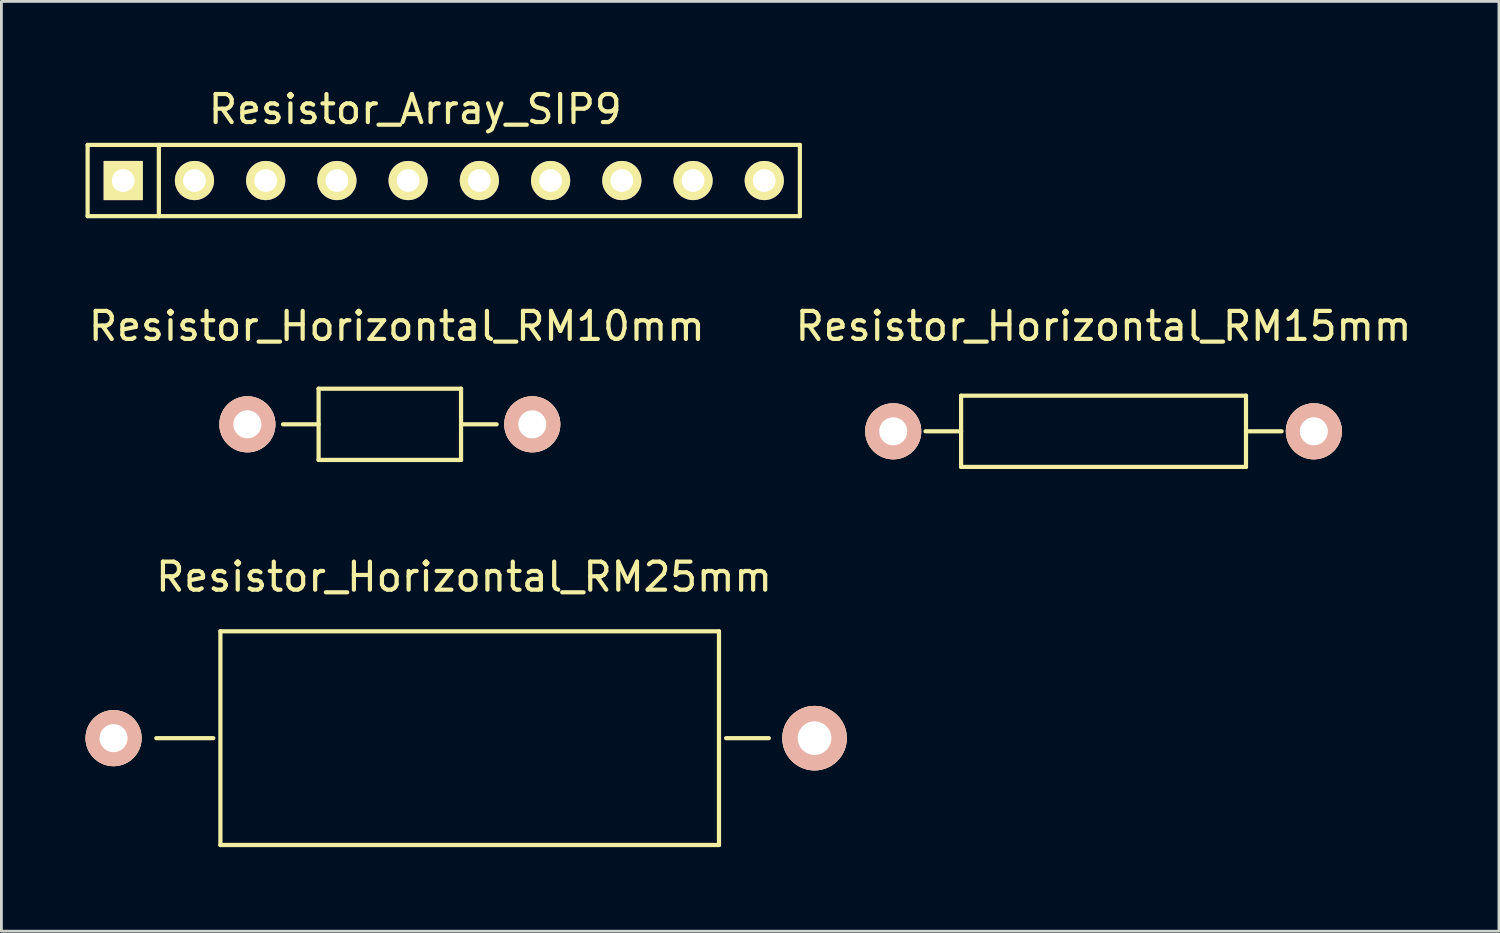
<source format=kicad_pcb>
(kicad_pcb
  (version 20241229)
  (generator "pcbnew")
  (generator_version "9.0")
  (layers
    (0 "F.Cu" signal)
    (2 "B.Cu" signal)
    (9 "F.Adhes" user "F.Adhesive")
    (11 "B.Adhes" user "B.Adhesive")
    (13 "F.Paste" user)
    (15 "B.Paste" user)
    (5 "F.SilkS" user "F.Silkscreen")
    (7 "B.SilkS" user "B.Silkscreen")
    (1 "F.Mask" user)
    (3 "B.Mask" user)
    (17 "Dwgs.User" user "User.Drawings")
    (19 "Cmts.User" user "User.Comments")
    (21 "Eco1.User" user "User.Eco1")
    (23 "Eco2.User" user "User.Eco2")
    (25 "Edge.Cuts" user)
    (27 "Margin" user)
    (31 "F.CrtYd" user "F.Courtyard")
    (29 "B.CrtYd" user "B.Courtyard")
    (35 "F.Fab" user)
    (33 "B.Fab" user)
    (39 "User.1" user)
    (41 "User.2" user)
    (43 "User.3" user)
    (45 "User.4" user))
  (footprint "Resistor_Array_SIP9"
    (layer "F.Cu")
    (at 12.775 3.388)
    (property "Reference" "Resistor_Array_SIP9" (at -1.016 -2.54 0) (layer "F.SilkS") (effects (font (size 1 1) (thickness 0.15))))
    (attr through_hole)
    (fp_line (start -12.7 -1.27) (end 12.7 -1.27) (stroke (width 0.15) (type solid)) (layer "F.SilkS"))
    (fp_line (start -12.7 1.27) (end -12.7 -1.27) (stroke (width 0.15) (type solid)) (layer "F.SilkS"))
    (fp_line (start -10.16 1.27) (end -10.16 -1.27) (stroke (width 0.15) (type solid)) (layer "F.SilkS"))
    (fp_line (start 12.7 -1.27) (end 12.7 1.27) (stroke (width 0.15) (type solid)) (layer "F.SilkS"))
    (fp_line (start 12.7 1.27) (end -12.7 1.27) (stroke (width 0.15) (type solid)) (layer "F.SilkS"))
    (pad "1" thru_hole rect (at -11.43 0) (size 1.397 1.397) (drill 0.813) (layers "*.Cu" "*.Mask" "F.SilkS"))
    (pad "2" thru_hole circle (at -8.89 0) (size 1.397 1.397) (drill 0.813) (layers "*.Cu" "*.Mask" "F.SilkS"))
    (pad "3" thru_hole circle (at -6.35 0) (size 1.397 1.397) (drill 0.813) (layers "*.Cu" "*.Mask" "F.SilkS"))
    (pad "4" thru_hole circle (at -3.81 0) (size 1.397 1.397) (drill 0.813) (layers "*.Cu" "*.Mask" "F.SilkS"))
    (pad "5" thru_hole circle (at -1.27 0) (size 1.397 1.397) (drill 0.813) (layers "*.Cu" "*.Mask" "F.SilkS"))
    (pad "6" thru_hole circle (at 1.27 0) (size 1.397 1.397) (drill 0.813) (layers "*.Cu" "*.Mask" "F.SilkS"))
    (pad "7" thru_hole circle (at 3.81 0) (size 1.397 1.397) (drill 0.813) (layers "*.Cu" "*.Mask" "F.SilkS"))
    (pad "8" thru_hole circle (at 6.35 0) (size 1.397 1.397) (drill 0.813) (layers "*.Cu" "*.Mask" "F.SilkS"))
    (pad "9" thru_hole circle (at 8.89 0) (size 1.397 1.397) (drill 0.813) (layers "*.Cu" "*.Mask" "F.SilkS"))
    (pad "10" thru_hole circle (at 11.43 0) (size 1.397 1.397) (drill 0.813) (layers "*.Cu" "*.Mask" "F.SilkS")))
  (footprint "Resistor_Horizontal_RM25mm"
    (layer "F.Cu")
    (at 13.499 23.274)
    (property "Reference" "Resistor_Horizontal_RM25mm" (at 0 -5.751 0) (layer "F.SilkS") (effects (font (size 1 1) (thickness 0.15))))
    (attr through_hole)
    (fp_line (start -8.943 0) (end -10.975 0) (stroke (width 0.15) (type solid)) (layer "F.SilkS"))
    (fp_line (start -8.689 -3.81) (end -8.689 3.81) (stroke (width 0.15) (type solid)) (layer "F.SilkS"))
    (fp_line (start -8.689 3.81) (end 9.091 3.81) (stroke (width 0.15) (type solid)) (layer "F.SilkS"))
    (fp_line (start 9.091 -3.81) (end -8.689 -3.81) (stroke (width 0.15) (type solid)) (layer "F.SilkS"))
    (fp_line (start 9.091 3.81) (end 9.091 -3.81) (stroke (width 0.15) (type solid)) (layer "F.SilkS"))
    (fp_line (start 9.345 0) (end 10.869 0) (stroke (width 0.15) (type solid)) (layer "F.SilkS"))
    (pad "1" thru_hole circle (at -12.499 0) (size 1.999 1.999) (drill 1.001) (layers "*.Cu" "*.SilkS" "*.Mask"))
    (pad "2" thru_hole circle (at 12.499 0) (size 2.301 2.301) (drill 1.199) (layers "*.Cu" "*.SilkS" "*.Mask")))
  (footprint "Resistor_Horizontal_RM15mm"
    (layer "F.Cu")
    (at 36.304 12.331)
    (property "Reference" "Resistor_Horizontal_RM15mm" (at 0 -3.749 0) (layer "F.SilkS") (effects (font (size 1 1) (thickness 0.15))))
    (attr through_hole)
    (fp_line (start -6.35 0) (end -5.08 0) (stroke (width 0.15) (type solid)) (layer "F.SilkS"))
    (fp_line (start -5.08 -1.27) (end -5.08 1.27) (stroke (width 0.15) (type solid)) (layer "F.SilkS"))
    (fp_line (start -5.08 1.27) (end 5.08 1.27) (stroke (width 0.15) (type solid)) (layer "F.SilkS"))
    (fp_line (start 5.08 -1.27) (end -5.08 -1.27) (stroke (width 0.15) (type solid)) (layer "F.SilkS"))
    (fp_line (start 5.08 1.27) (end 5.08 -1.27) (stroke (width 0.15) (type solid)) (layer "F.SilkS"))
    (fp_line (start 6.35 0) (end 5.08 0) (stroke (width 0.15) (type solid)) (layer "F.SilkS"))
    (pad "1" thru_hole circle (at -7.5 0) (size 1.999 1.999) (drill 1.001) (layers "*.Cu" "*.SilkS" "*.Mask"))
    (pad "2" thru_hole circle (at 7.5 0) (size 1.999 1.999) (drill 1.001) (layers "*.Cu" "*.SilkS" "*.Mask")))
  (footprint "Resistor_Horizontal_RM10mm"
    (layer "F.Cu")
    (at 10.852 12.082)
    (property "Reference" "Resistor_Horizontal_RM10mm" (at 0.249 -3.5 0) (layer "F.SilkS") (effects (font (size 1 1) (thickness 0.15))))
    (attr through_hole)
    (fp_line (start -2.54 -1.27) (end 2.54 -1.27) (stroke (width 0.15) (type solid)) (layer "F.SilkS"))
    (fp_line (start -2.54 0) (end -3.81 0) (stroke (width 0.15) (type solid)) (layer "F.SilkS"))
    (fp_line (start -2.54 1.27) (end -2.54 -1.27) (stroke (width 0.15) (type solid)) (layer "F.SilkS"))
    (fp_line (start 2.54 -1.27) (end 2.54 1.27) (stroke (width 0.15) (type solid)) (layer "F.SilkS"))
    (fp_line (start 2.54 0) (end 3.81 0) (stroke (width 0.15) (type solid)) (layer "F.SilkS"))
    (fp_line (start 2.54 1.27) (end -2.54 1.27) (stroke (width 0.15) (type solid)) (layer "F.SilkS"))
    (pad "1" thru_hole circle (at -5.08 0) (size 1.999 1.999) (drill 1.001) (layers "*.Cu" "*.SilkS" "*.Mask"))
    (pad "2" thru_hole circle (at 5.08 0) (size 1.999 1.999) (drill 1.001) (layers "*.Cu" "*.SilkS" "*.Mask")))
  (gr_rect
    (start -3 -3)
    (end 50.405 30.159)
    (stroke (width 0.1) (type default))
    (fill no)
    (layer "Edge.Cuts")))
</source>
